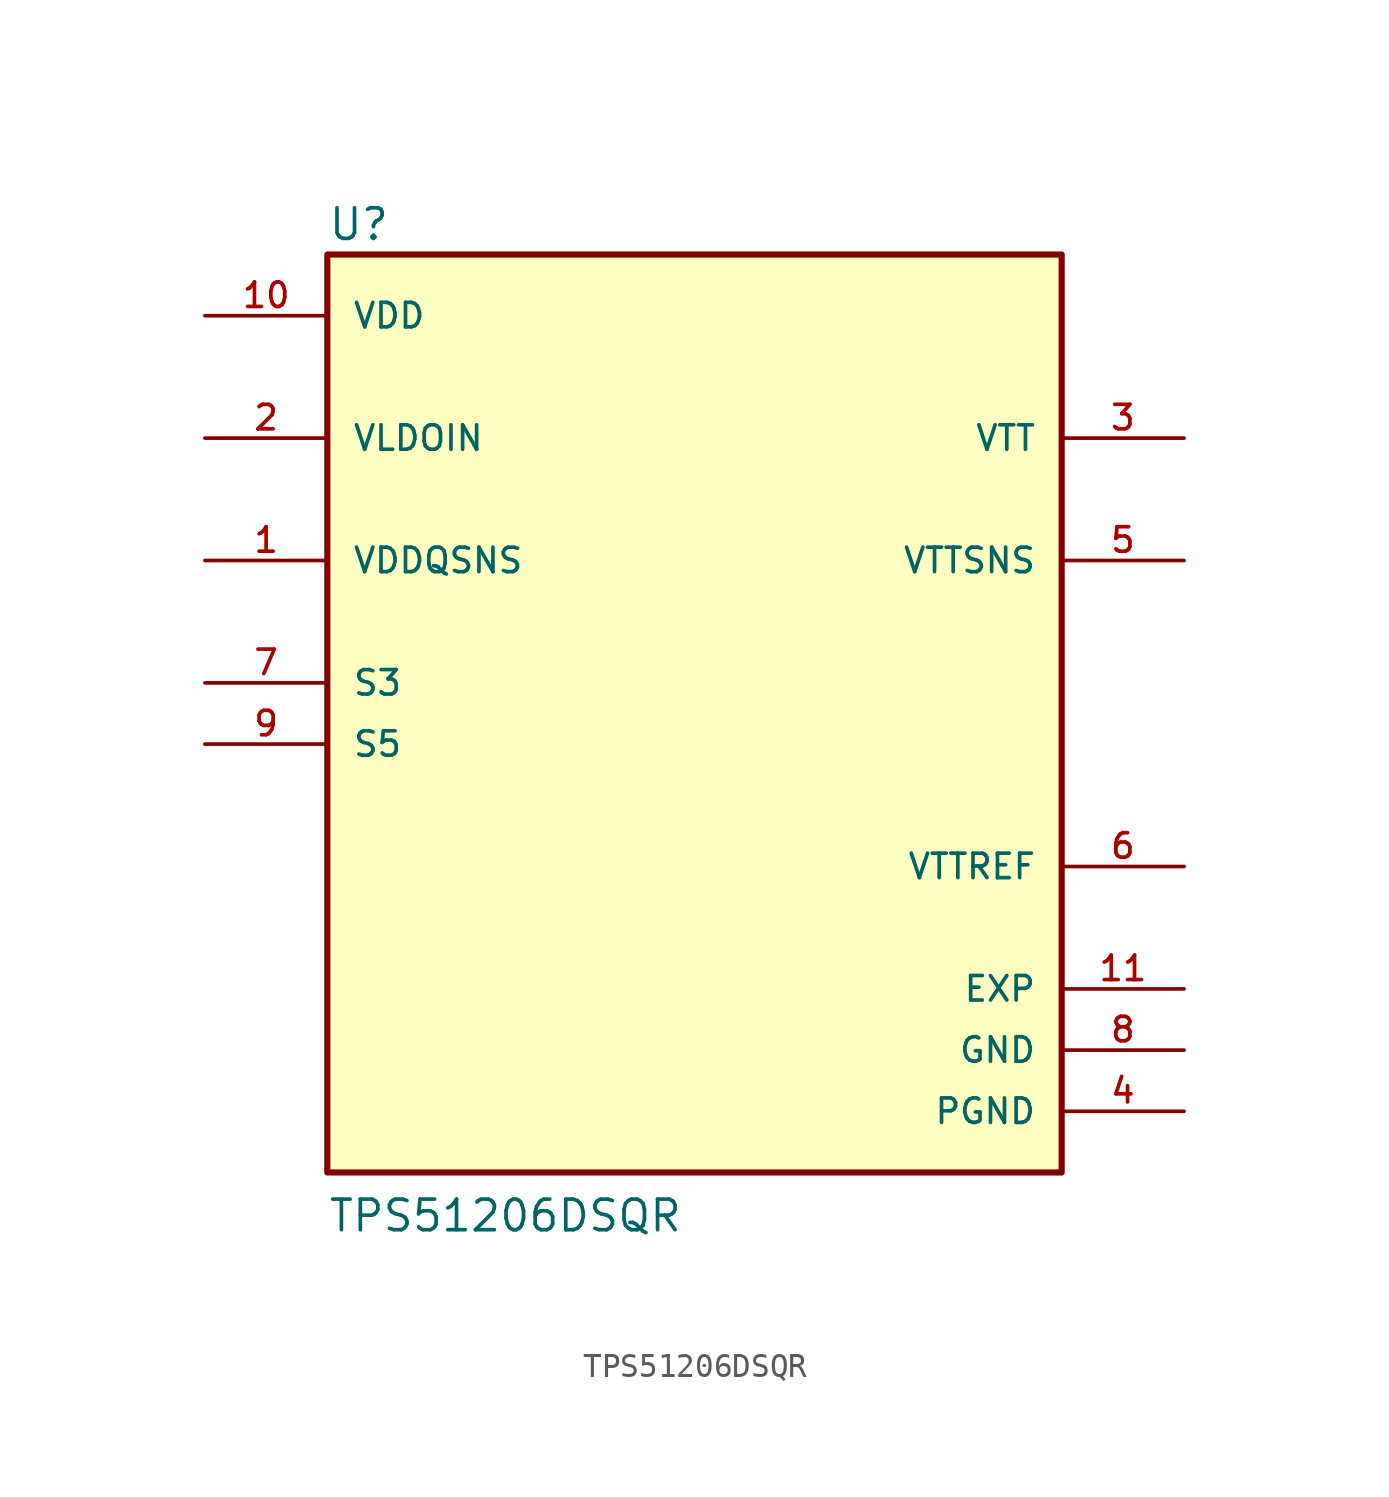
<source format=kicad_sym>
(kicad_symbol_lib
  (version 20211014)
  (generator kicad_symbol_editor)
  (symbol "TPS51206DSQR"
    (pin_names
      (offset 1.016))
    (property "Reference" "U"
      (at -12.7 18.288 0)
      (effects (font (size 1.27 1.27)) (justify bottom left)))
    (property "Value" "TPS51206DSQR"
      (at -12.7 -22.86 0)
      (effects (font (size 1.27 1.27)) (justify bottom left)))
    (symbol "TPS51206DSQR_0_0"
      (rectangle (start -12.7 -20.32) (end 17.78 17.78) (stroke (width 0.254)) (fill (type background)))
      (pin power_in line (at 22.86 -15.24 180.0) (length 5.08) (name "GND" (effects (font (size 1.016 1.016)))) (number "8" (effects (font (size 1.016 1.016)))))
      (pin passive line (at 22.86 -12.7 180.0) (length 5.08) (name "EXP" (effects (font (size 1.016 1.016)))) (number "11" (effects (font (size 1.016 1.016)))))
      (pin power_in line (at 22.86 -17.78 180.0) (length 5.08) (name "PGND" (effects (font (size 1.016 1.016)))) (number "4" (effects (font (size 1.016 1.016)))))
      (pin input line (at -17.78 0.0 0) (length 5.08) (name "S3" (effects (font (size 1.016 1.016)))) (number "7" (effects (font (size 1.016 1.016)))))
      (pin input line (at -17.78 -2.54 0) (length 5.08) (name "S5" (effects (font (size 1.016 1.016)))) (number "9" (effects (font (size 1.016 1.016)))))
      (pin power_in line (at -17.78 15.24 0) (length 5.08) (name "VDD" (effects (font (size 1.016 1.016)))) (number "10" (effects (font (size 1.016 1.016)))))
      (pin input line (at -17.78 5.08 0) (length 5.08) (name "VDDQSNS" (effects (font (size 1.016 1.016)))) (number "1" (effects (font (size 1.016 1.016)))))
      (pin input line (at -17.78 10.16 0) (length 5.08) (name "VLDOIN" (effects (font (size 1.016 1.016)))) (number "2" (effects (font (size 1.016 1.016)))))
      (pin output line (at 22.86 10.16 180.0) (length 5.08) (name "VTT" (effects (font (size 1.016 1.016)))) (number "3" (effects (font (size 1.016 1.016)))))
      (pin input line (at 22.86 5.08 180.0) (length 5.08) (name "VTTSNS" (effects (font (size 1.016 1.016)))) (number "5" (effects (font (size 1.016 1.016)))))
      (pin output line (at 22.86 -7.62 180.0) (length 5.08) (name "VTTREF" (effects (font (size 1.016 1.016)))) (number "6" (effects (font (size 1.016 1.016))))))))
</source>
